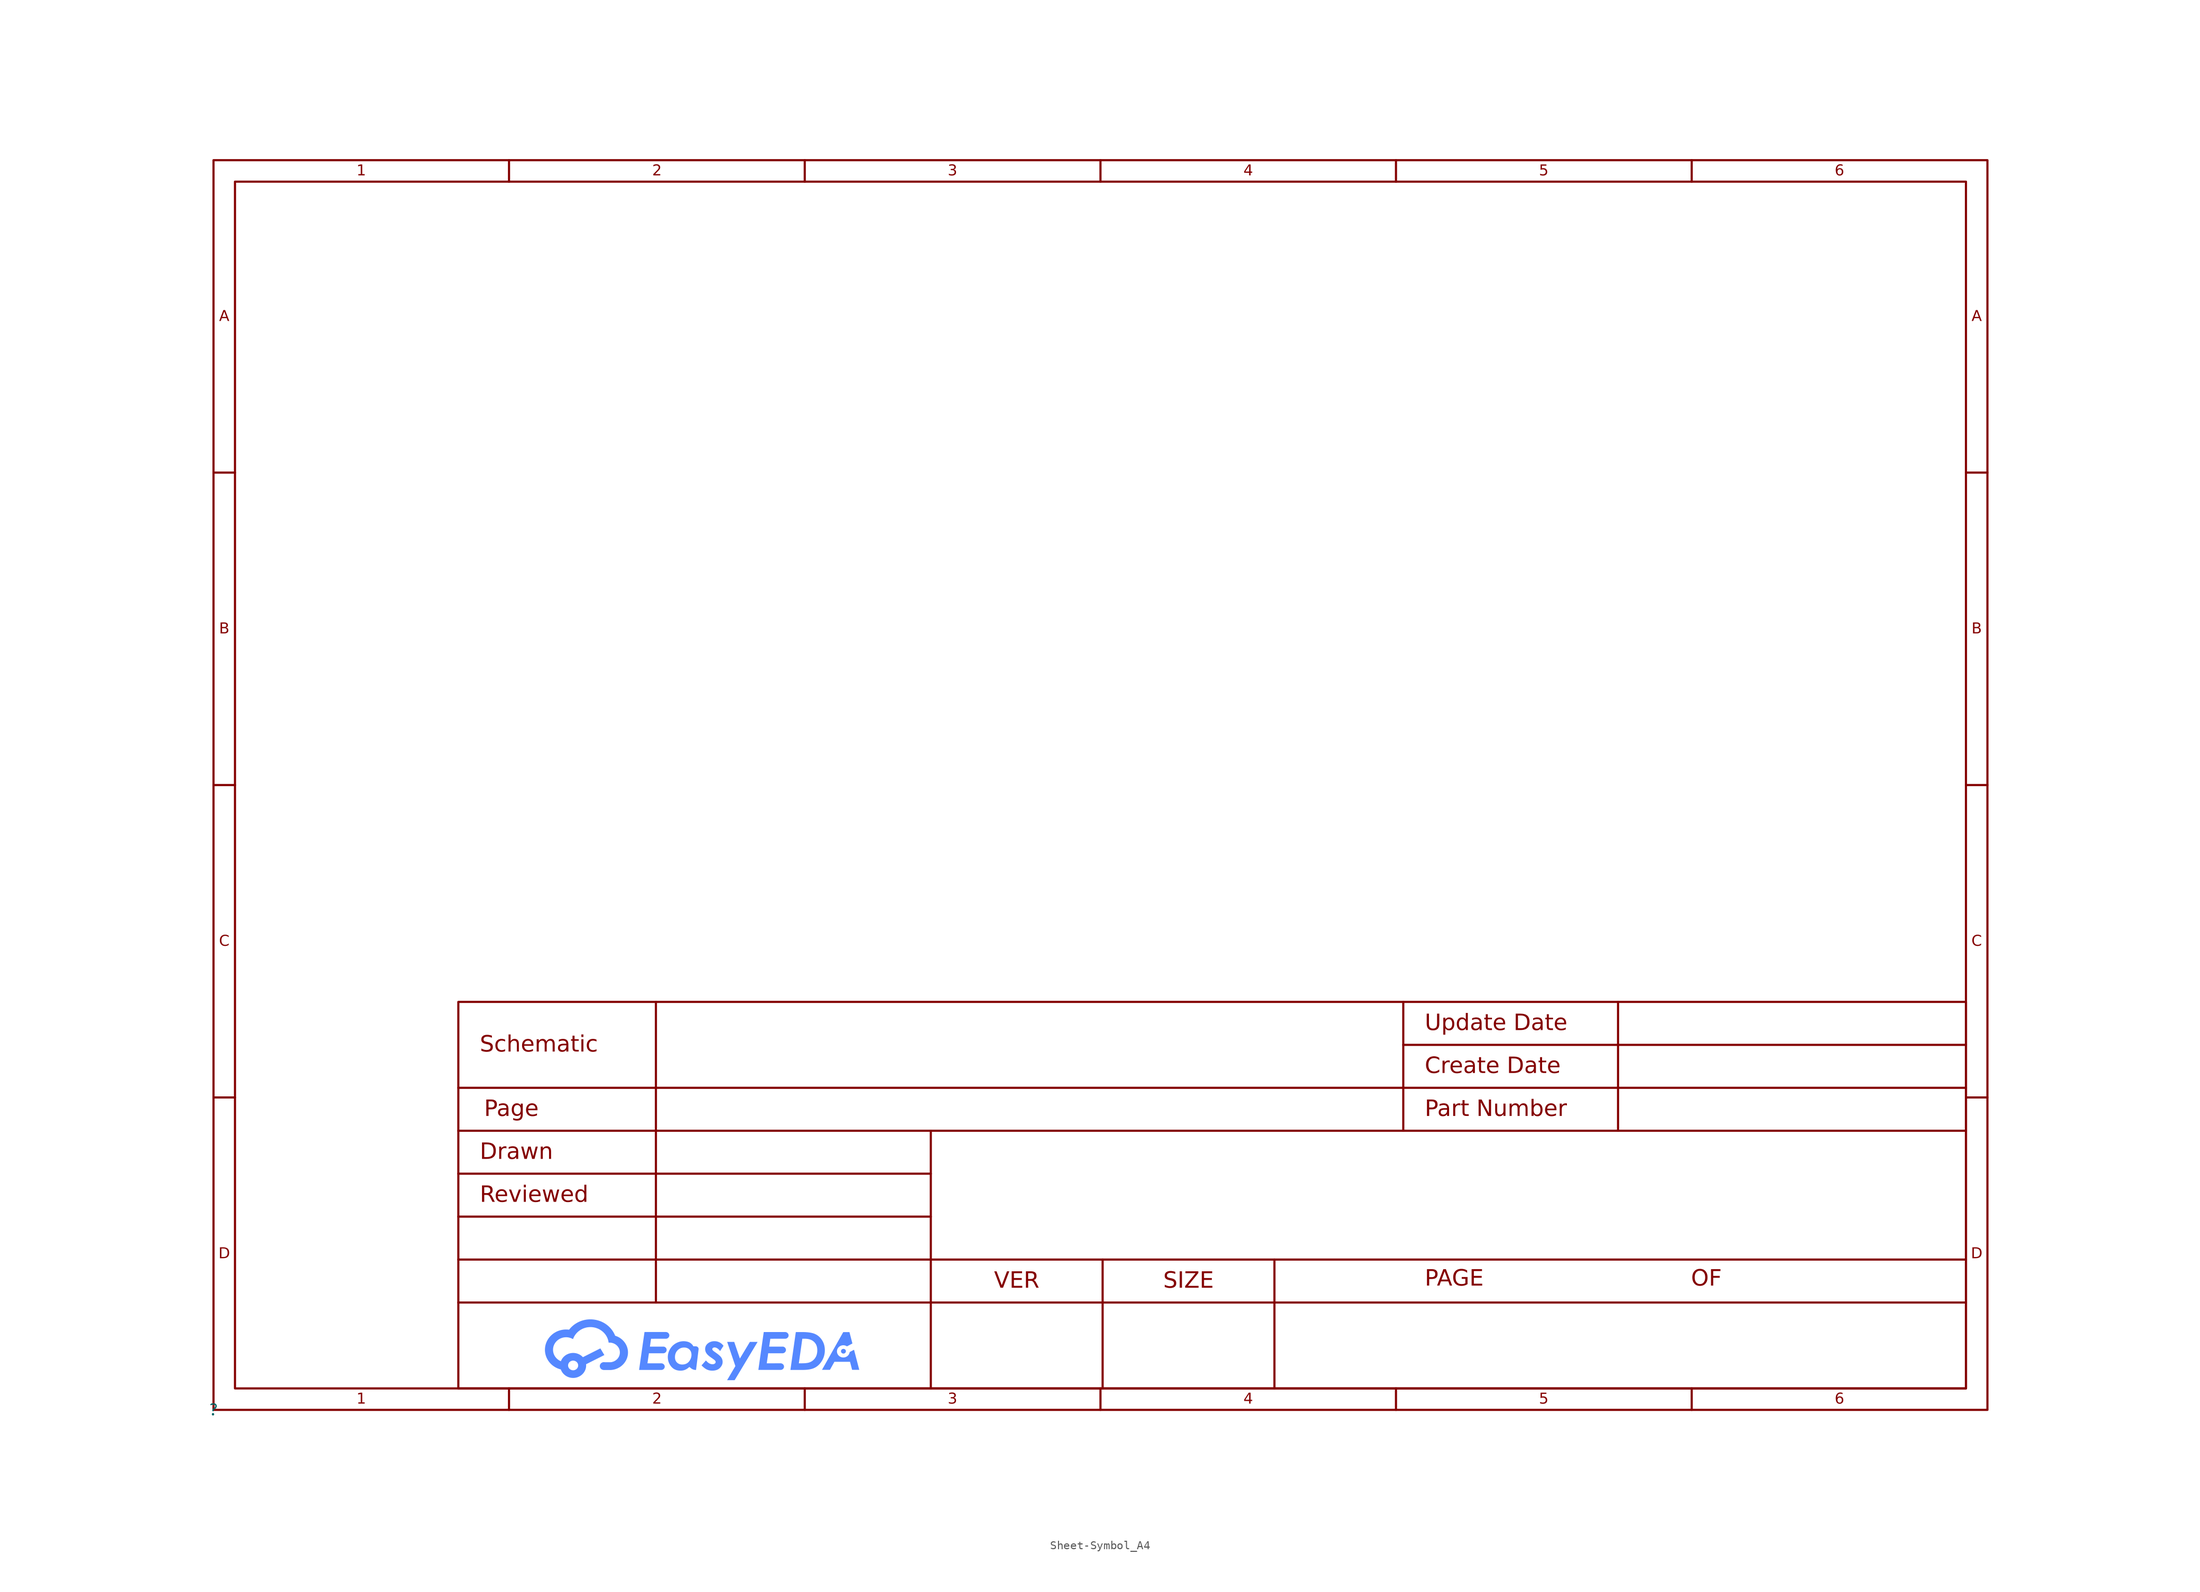
<source format=kicad_sym>
(kicad_symbol_lib
  (version 20231120)
  (generator "kicad_symbol_editor")
  (generator_version "8.0")
  (symbol "Sheet-Symbol_A4"
    (property "Reference" ""
      (at 0 0 0)
      (effects (font (size 1.27 1.27))))
    (property "Value" ""
      (at 0 0 0)
      (effects (font (size 1.27 1.27))))
    (symbol "Sheet-Symbol_A4_0_0"
      (polyline (pts (xy 62.256 6.075) (xy 63.437 8.041) (xy 64.351 8.041) (xy 61.637 3.514) (xy 60.742 3.514) (xy 61.723 5.179) (xy 60.751 8.041) (xy 61.584 8.041) (xy 62.256 6.075)) (stroke (width -0.0001) (type solid)) (fill (type color) (color 85 136 255 1)))
      (polyline (pts (xy 75.563 7.856) (xy 74.919 7.515) (xy 74.896 7.529) (xy 74.872 7.543) (xy 74.848 7.556) (xy 74.823 7.569) (xy 74.798 7.58) (xy 74.772 7.591) (xy 74.745 7.601) (xy 74.719 7.61) (xy 74.691 7.617) (xy 74.663 7.624) (xy 74.635 7.63) (xy 74.606 7.635) (xy 74.578 7.639) (xy 74.548 7.642) (xy 74.519 7.644) (xy 74.489 7.644) (xy 74.45 7.643) (xy 74.412 7.64) (xy 74.374 7.636) (xy 74.337 7.63) (xy 74.3 7.621) (xy 74.264 7.612) (xy 74.23 7.6) (xy 74.195 7.587) (xy 74.162 7.573) (xy 74.129 7.557) (xy 74.098 7.54) (xy 74.067 7.521) (xy 74.038 7.501) (xy 74.009 7.479) (xy 73.982 7.456) (xy 73.956 7.433) (xy 73.931 7.407) (xy 73.907 7.381) (xy 73.885 7.354) (xy 73.864 7.325) (xy 73.844 7.296) (xy 73.826 7.266) (xy 73.809 7.235) (xy 73.794 7.203) (xy 73.781 7.17) (xy 73.769 7.136) (xy 73.759 7.102) (xy 73.75 7.067) (xy 73.744 7.031) (xy 73.739 6.995) (xy 73.736 6.958) (xy 73.735 6.921) (xy 73.736 6.884) (xy 73.739 6.847) (xy 73.744 6.811) (xy 73.75 6.776) (xy 73.759 6.74) (xy 73.769 6.706) (xy 73.781 6.673) (xy 73.794 6.64) (xy 73.809 6.608) (xy 73.826 6.577) (xy 73.844 6.546) (xy 73.864 6.517) (xy 73.885 6.489) (xy 73.907 6.461) (xy 73.931 6.435) (xy 73.956 6.41) (xy 73.982 6.386) (xy 74.009 6.363) (xy 74.038 6.342) (xy 74.067 6.322) (xy 74.098 6.303) (xy 74.129 6.285) (xy 74.162 6.269) (xy 74.195 6.255) (xy 74.23 6.242) (xy 74.264 6.231) (xy 74.3 6.221) (xy 74.337 6.213) (xy 74.374 6.207) (xy 74.412 6.202) (xy 74.45 6.199) (xy 74.489 6.198) (xy 74.525 6.199) (xy 74.56 6.202) (xy 74.595 6.205) (xy 74.63 6.211) (xy 74.664 6.218) (xy 74.698 6.226) (xy 74.73 6.236) (xy 74.763 6.247) (xy 74.794 6.26) (xy 74.825 6.274) (xy 74.855 6.289) (xy 74.884 6.306) (xy 74.912 6.323) (xy 74.94 6.342) (xy 74.966 6.362) (xy 74.992 6.383) (xy 75.017 6.405) (xy 75.04 6.428) (xy 75.063 6.452) (xy 75.084 6.477) (xy 75.104 6.503) (xy 75.123 6.53) (xy 75.141 6.558) (xy 75.157 6.586) (xy 75.172 6.615) (xy 75.186 6.645) (xy 75.198 6.676) (xy 75.209 6.707) (xy 75.219 6.739) (xy 75.226 6.772) (xy 75.233 6.805) (xy 75.237 6.839) (xy 75.756 7.113) (xy 76.375 4.737) (xy 75.528 4.737) (xy 75.282 5.687) (xy 73.435 5.687) (xy 72.905 4.737) (xy 71.965 4.737) (xy 74.477 9.199) (xy 75.214 9.199) (xy 75.563 7.856)) (stroke (width -0.0001) (type solid)) (fill (type color) (color 85 136 255 1)))
      (polyline (pts (xy 74.517 7.218) (xy 74.532 7.216) (xy 74.547 7.215) (xy 74.561 7.212) (xy 74.575 7.209) (xy 74.589 7.205) (xy 74.603 7.201) (xy 74.616 7.196) (xy 74.629 7.191) (xy 74.641 7.184) (xy 74.653 7.178) (xy 74.665 7.17) (xy 74.676 7.163) (xy 74.687 7.154) (xy 74.698 7.146) (xy 74.708 7.136) (xy 74.718 7.127) (xy 74.727 7.117) (xy 74.736 7.106) (xy 74.744 7.095) (xy 74.751 7.084) (xy 74.758 7.072) (xy 74.765 7.06) (xy 74.77 7.048) (xy 74.776 7.035) (xy 74.78 7.022) (xy 74.784 7.009) (xy 74.787 6.995) (xy 74.79 6.981) (xy 74.792 6.968) (xy 74.793 6.953) (xy 74.793 6.939) (xy 74.793 6.925) (xy 74.792 6.911) (xy 74.79 6.897) (xy 74.787 6.883) (xy 74.784 6.869) (xy 74.78 6.856) (xy 74.776 6.843) (xy 74.77 6.83) (xy 74.765 6.818) (xy 74.758 6.806) (xy 74.751 6.795) (xy 74.744 6.783) (xy 74.736 6.772) (xy 74.727 6.762) (xy 74.718 6.752) (xy 74.708 6.742) (xy 74.698 6.733) (xy 74.687 6.724) (xy 74.676 6.716) (xy 74.665 6.708) (xy 74.653 6.701) (xy 74.641 6.694) (xy 74.629 6.688) (xy 74.616 6.682) (xy 74.603 6.677) (xy 74.589 6.673) (xy 74.575 6.669) (xy 74.561 6.666) (xy 74.547 6.663) (xy 74.532 6.662) (xy 74.517 6.66) (xy 74.502 6.66) (xy 74.488 6.66) (xy 74.473 6.662) (xy 74.458 6.663) (xy 74.444 6.666) (xy 74.43 6.669) (xy 74.416 6.673) (xy 74.403 6.677) (xy 74.389 6.682) (xy 74.376 6.688) (xy 74.364 6.694) (xy 74.352 6.701) (xy 74.34 6.708) (xy 74.329 6.716) (xy 74.318 6.724) (xy 74.307 6.733) (xy 74.297 6.742) (xy 74.287 6.752) (xy 74.278 6.762) (xy 74.27 6.772) (xy 74.261 6.783) (xy 74.254 6.795) (xy 74.247 6.806) (xy 74.24 6.818) (xy 74.235 6.83) (xy 74.23 6.843) (xy 74.225 6.856) (xy 74.221 6.869) (xy 74.218 6.883) (xy 74.215 6.897) (xy 74.213 6.911) (xy 74.212 6.925) (xy 74.212 6.939) (xy 74.212 6.953) (xy 74.213 6.968) (xy 74.215 6.981) (xy 74.218 6.995) (xy 74.221 7.009) (xy 74.225 7.022) (xy 74.23 7.035) (xy 74.235 7.048) (xy 74.24 7.06) (xy 74.247 7.072) (xy 74.254 7.084) (xy 74.261 7.095) (xy 74.27 7.106) (xy 74.278 7.117) (xy 74.287 7.127) (xy 74.297 7.136) (xy 74.307 7.146) (xy 74.318 7.154) (xy 74.329 7.163) (xy 74.34 7.17) (xy 74.352 7.178) (xy 74.364 7.184) (xy 74.376 7.191) (xy 74.389 7.196) (xy 74.403 7.201) (xy 74.416 7.205) (xy 74.43 7.209) (xy 74.444 7.212) (xy 74.458 7.215) (xy 74.473 7.216) (xy 74.488 7.218) (xy 74.502 7.218) (xy 74.517 7.218)) (stroke (width -0.0001) (type solid)) (fill (type color) (color 85 136 255 1)))
      (polyline (pts (xy 69.738 9.205) (xy 69.862 9.202) (xy 69.981 9.198) (xy 70.097 9.191) (xy 70.209 9.183) (xy 70.316 9.173) (xy 70.419 9.161) (xy 70.517 9.147) (xy 70.612 9.132) (xy 70.702 9.114) (xy 70.789 9.095) (xy 70.871 9.073) (xy 70.949 9.05) (xy 71.023 9.025) (xy 71.093 8.998) (xy 71.158 8.97) (xy 71.221 8.939) (xy 71.283 8.907) (xy 71.343 8.872) (xy 71.401 8.835) (xy 71.458 8.796) (xy 71.513 8.755) (xy 71.567 8.712) (xy 71.619 8.667) (xy 71.67 8.62) (xy 71.719 8.57) (xy 71.767 8.518) (xy 71.813 8.465) (xy 71.858 8.409) (xy 71.902 8.351) (xy 71.944 8.291) (xy 71.984 8.229) (xy 72.022 8.165) (xy 72.058 8.1) (xy 72.092 8.034) (xy 72.123 7.966) (xy 72.152 7.897) (xy 72.178 7.827) (xy 72.201 7.756) (xy 72.223 7.684) (xy 72.241 7.61) (xy 72.257 7.535) (xy 72.271 7.459) (xy 72.282 7.382) (xy 72.291 7.304) (xy 72.297 7.224) (xy 72.301 7.144) (xy 72.302 7.062) (xy 72.301 6.977) (xy 72.297 6.894) (xy 72.291 6.811) (xy 72.282 6.729) (xy 72.27 6.648) (xy 72.255 6.568) (xy 72.238 6.489) (xy 72.219 6.41) (xy 72.196 6.333) (xy 72.171 6.256) (xy 72.144 6.181) (xy 72.113 6.106) (xy 72.08 6.032) (xy 72.045 5.958) (xy 72.006 5.886) (xy 71.965 5.814) (xy 71.922 5.745) (xy 71.878 5.678) (xy 71.832 5.613) (xy 71.785 5.551) (xy 71.736 5.49) (xy 71.686 5.433) (xy 71.635 5.377) (xy 71.582 5.324) (xy 71.528 5.274) (xy 71.473 5.226) (xy 71.416 5.18) (xy 71.358 5.136) (xy 71.298 5.095) (xy 71.237 5.057) (xy 71.175 5.021) (xy 71.112 4.987) (xy 71.046 4.955) (xy 70.977 4.926) (xy 70.905 4.898) (xy 70.83 4.872) (xy 70.752 4.849) (xy 70.67 4.828) (xy 70.586 4.808) (xy 70.498 4.791) (xy 70.407 4.776) (xy 70.313 4.762) (xy 70.216 4.751) (xy 70.116 4.742) (xy 70.013 4.735) (xy 69.906 4.73) (xy 69.797 4.727) (xy 69.684 4.726) (xy 68.233 4.726) (xy 68.344 5.509) (xy 69.228 5.509) (xy 69.516 5.509) (xy 69.677 5.511) (xy 69.826 5.516) (xy 69.897 5.519) (xy 69.964 5.524) (xy 70.029 5.529) (xy 70.091 5.536) (xy 70.149 5.543) (xy 70.205 5.551) (xy 70.259 5.559) (xy 70.309 5.569) (xy 70.356 5.58) (xy 70.401 5.591) (xy 70.443 5.603) (xy 70.482 5.616) (xy 70.533 5.636) (xy 70.584 5.657) (xy 70.633 5.68) (xy 70.68 5.705) (xy 70.727 5.731) (xy 70.772 5.76) (xy 70.816 5.79) (xy 70.859 5.822) (xy 70.9 5.855) (xy 70.94 5.89) (xy 70.979 5.927) (xy 71.016 5.965) (xy 71.052 6.005) (xy 71.088 6.047) (xy 71.121 6.091) (xy 71.154 6.136) (xy 71.184 6.183) (xy 71.213 6.231) (xy 71.24 6.28) (xy 71.265 6.331) (xy 71.288 6.383) (xy 71.309 6.437) (xy 71.328 6.492) (xy 71.344 6.548) (xy 71.359 6.606) (xy 71.372 6.665) (xy 71.383 6.725) (xy 71.392 6.787) (xy 71.4 6.85) (xy 71.405 6.914) (xy 71.408 6.979) (xy 71.409 7.046) (xy 71.409 7.101) (xy 71.407 7.155) (xy 71.403 7.208) (xy 71.398 7.26) (xy 71.392 7.31) (xy 71.384 7.359) (xy 71.375 7.408) (xy 71.364 7.455) (xy 71.353 7.501) (xy 71.339 7.546) (xy 71.325 7.589) (xy 71.308 7.632) (xy 71.291 7.673) (xy 71.272 7.714) (xy 71.252 7.753) (xy 71.23 7.791) (xy 71.207 7.829) (xy 71.183 7.865) (xy 71.157 7.899) (xy 71.131 7.933) (xy 71.103 7.966) (xy 71.075 7.998) (xy 71.045 8.028) (xy 71.014 8.058) (xy 70.982 8.086) (xy 70.949 8.114) (xy 70.914 8.14) (xy 70.879 8.165) (xy 70.842 8.189) (xy 70.805 8.213) (xy 70.766 8.235) (xy 70.726 8.256) (xy 70.684 8.275) (xy 70.641 8.294) (xy 70.597 8.311) (xy 70.55 8.327) (xy 70.502 8.342) (xy 70.452 8.355) (xy 70.4 8.367) (xy 70.347 8.378) (xy 70.292 8.387) (xy 70.236 8.396) (xy 70.177 8.403) (xy 70.118 8.408) (xy 70.056 8.413) (xy 69.992 8.416) (xy 69.927 8.418) (xy 69.861 8.418) (xy 69.64 8.418) (xy 69.228 5.509) (xy 68.344 5.509) (xy 68.87 9.206) (xy 69.609 9.206) (xy 69.738 9.205)) (stroke (width -0.0001) (type solid)) (fill (type color) (color 85 136 255 1)))
      (polyline (pts (xy 53.517 9.21) (xy 53.538 9.209) (xy 53.558 9.206) (xy 53.579 9.203) (xy 53.599 9.198) (xy 53.618 9.193) (xy 53.638 9.186) (xy 53.656 9.179) (xy 53.675 9.171) (xy 53.692 9.162) (xy 53.71 9.153) (xy 53.727 9.143) (xy 53.743 9.132) (xy 53.758 9.12) (xy 53.773 9.107) (xy 53.788 9.094) (xy 53.802 9.08) (xy 53.815 9.066) (xy 53.827 9.051) (xy 53.839 9.035) (xy 53.849 9.019) (xy 53.859 9.002) (xy 53.868 8.985) (xy 53.877 8.968) (xy 53.884 8.95) (xy 53.891 8.931) (xy 53.896 8.912) (xy 53.901 8.893) (xy 53.905 8.874) (xy 53.907 8.854) (xy 53.909 8.834) (xy 53.909 8.813) (xy 53.909 8.793) (xy 53.907 8.773) (xy 53.905 8.753) (xy 53.901 8.733) (xy 53.896 8.714) (xy 53.891 8.695) (xy 53.884 8.677) (xy 53.877 8.659) (xy 53.868 8.642) (xy 53.859 8.624) (xy 53.849 8.608) (xy 53.839 8.592) (xy 53.827 8.576) (xy 53.815 8.561) (xy 53.802 8.547) (xy 53.788 8.533) (xy 53.773 8.52) (xy 53.758 8.507) (xy 53.743 8.495) (xy 53.727 8.484) (xy 53.71 8.474) (xy 53.692 8.464) (xy 53.675 8.456) (xy 53.656 8.447) (xy 53.638 8.44) (xy 53.618 8.434) (xy 53.599 8.429) (xy 53.579 8.424) (xy 53.558 8.421) (xy 53.538 8.418) (xy 53.517 8.417) (xy 53.495 8.416) (xy 51.749 8.414) (xy 51.614 7.484) (xy 53.251 7.484) (xy 53.269 7.48) (xy 53.287 7.476) (xy 53.305 7.471) (xy 53.322 7.466) (xy 53.339 7.46) (xy 53.355 7.453) (xy 53.372 7.445) (xy 53.387 7.437) (xy 53.403 7.428) (xy 53.417 7.419) (xy 53.432 7.409) (xy 53.446 7.398) (xy 53.459 7.387) (xy 53.472 7.375) (xy 53.484 7.363) (xy 53.496 7.35) (xy 53.507 7.337) (xy 53.518 7.323) (xy 53.528 7.309) (xy 53.537 7.294) (xy 53.545 7.279) (xy 53.553 7.264) (xy 53.561 7.248) (xy 53.567 7.232) (xy 53.573 7.215) (xy 53.578 7.198) (xy 53.582 7.181) (xy 53.586 7.163) (xy 53.588 7.146) (xy 53.59 7.128) (xy 53.591 7.109) (xy 53.591 7.091) (xy 53.59 7.07) (xy 53.589 7.05) (xy 53.586 7.03) (xy 53.582 7.011) (xy 53.578 6.992) (xy 53.572 6.973) (xy 53.566 6.955) (xy 53.558 6.936) (xy 53.55 6.919) (xy 53.541 6.902) (xy 53.531 6.885) (xy 53.52 6.869) (xy 53.508 6.854) (xy 53.496 6.838) (xy 53.483 6.824) (xy 53.469 6.81) (xy 53.455 6.797) (xy 53.44 6.785) (xy 53.424 6.773) (xy 53.408 6.762) (xy 53.391 6.751) (xy 53.374 6.742) (xy 53.356 6.733) (xy 53.338 6.725) (xy 53.319 6.718) (xy 53.3 6.712) (xy 53.28 6.706) (xy 53.26 6.702) (xy 53.24 6.698) (xy 53.219 6.696) (xy 53.198 6.694) (xy 53.177 6.694) (xy 51.495 6.696) (xy 51.323 5.507) (xy 52.956 5.509) (xy 52.977 5.508) (xy 52.998 5.507) (xy 53.018 5.504) (xy 53.038 5.501) (xy 53.058 5.496) (xy 53.077 5.491) (xy 53.096 5.485) (xy 53.115 5.478) (xy 53.133 5.47) (xy 53.151 5.461) (xy 53.168 5.452) (xy 53.184 5.442) (xy 53.201 5.431) (xy 53.216 5.419) (xy 53.231 5.407) (xy 53.245 5.394) (xy 53.259 5.38) (xy 53.272 5.366) (xy 53.284 5.351) (xy 53.295 5.335) (xy 53.306 5.319) (xy 53.316 5.303) (xy 53.325 5.286) (xy 53.333 5.269) (xy 53.34 5.251) (xy 53.347 5.233) (xy 53.352 5.214) (xy 53.357 5.195) (xy 53.361 5.176) (xy 53.363 5.156) (xy 53.365 5.136) (xy 53.365 5.116) (xy 53.365 5.096) (xy 53.363 5.077) (xy 53.361 5.058) (xy 53.357 5.039) (xy 53.353 5.02) (xy 53.347 5.002) (xy 53.341 4.984) (xy 53.334 4.966) (xy 53.326 4.949) (xy 53.317 4.933) (xy 53.307 4.916) (xy 53.297 4.901) (xy 53.286 4.885) (xy 53.274 4.871) (xy 53.261 4.856) (xy 53.248 4.843) (xy 53.234 4.83) (xy 53.22 4.818) (xy 53.205 4.806) (xy 53.189 4.795) (xy 53.173 4.785) (xy 53.156 4.775) (xy 53.139 4.767) (xy 53.121 4.759) (xy 53.103 4.752) (xy 53.084 4.745) (xy 53.065 4.74) (xy 53.046 4.735) (xy 53.026 4.731) (xy 53.006 4.728) (xy 52.986 4.726) (xy 52.965 4.726) (xy 50.333 4.726) (xy 50.974 9.211) (xy 53.495 9.211) (xy 53.517 9.21)) (stroke (width -0.0001) (type solid)) (fill (type color) (color 85 136 255 1)))
      (polyline (pts (xy 67.619 9.208) (xy 67.64 9.206) (xy 67.661 9.204) (xy 67.682 9.2) (xy 67.702 9.196) (xy 67.722 9.19) (xy 67.741 9.184) (xy 67.76 9.177) (xy 67.778 9.169) (xy 67.796 9.16) (xy 67.813 9.151) (xy 67.83 9.14) (xy 67.847 9.129) (xy 67.862 9.118) (xy 67.877 9.105) (xy 67.892 9.092) (xy 67.906 9.078) (xy 67.919 9.064) (xy 67.931 9.049) (xy 67.943 9.034) (xy 67.954 9.017) (xy 67.964 9.001) (xy 67.973 8.984) (xy 67.981 8.966) (xy 67.989 8.948) (xy 67.996 8.93) (xy 68.002 8.912) (xy 68.007 8.893) (xy 68.01 8.873) (xy 68.013 8.854) (xy 68.016 8.834) (xy 68.016 8.813) (xy 68.016 8.793) (xy 68.014 8.773) (xy 68.012 8.753) (xy 68.008 8.733) (xy 68.003 8.714) (xy 67.998 8.695) (xy 67.991 8.677) (xy 67.984 8.659) (xy 67.975 8.642) (xy 67.966 8.624) (xy 67.956 8.608) (xy 67.946 8.592) (xy 67.934 8.576) (xy 67.922 8.561) (xy 67.909 8.547) (xy 67.895 8.533) (xy 67.881 8.52) (xy 67.865 8.507) (xy 67.85 8.495) (xy 67.834 8.484) (xy 67.817 8.474) (xy 67.799 8.464) (xy 67.782 8.456) (xy 67.763 8.447) (xy 67.745 8.44) (xy 67.725 8.434) (xy 67.706 8.429) (xy 67.686 8.424) (xy 67.665 8.421) (xy 67.645 8.418) (xy 67.624 8.417) (xy 67.603 8.416) (xy 65.856 8.414) (xy 65.721 7.484) (xy 67.358 7.484) (xy 67.376 7.48) (xy 67.394 7.476) (xy 67.412 7.471) (xy 67.429 7.466) (xy 67.446 7.46) (xy 67.463 7.453) (xy 67.479 7.445) (xy 67.495 7.437) (xy 67.51 7.428) (xy 67.525 7.419) (xy 67.539 7.409) (xy 67.553 7.398) (xy 67.567 7.387) (xy 67.579 7.375) (xy 67.592 7.363) (xy 67.604 7.35) (xy 67.615 7.337) (xy 67.626 7.323) (xy 67.636 7.309) (xy 67.645 7.295) (xy 67.654 7.28) (xy 67.662 7.264) (xy 67.669 7.249) (xy 67.676 7.232) (xy 67.682 7.216) (xy 67.688 7.199) (xy 67.692 7.182) (xy 67.696 7.165) (xy 67.699 7.147) (xy 67.701 7.129) (xy 67.702 7.111) (xy 67.703 7.093) (xy 67.702 7.073) (xy 67.7 7.053) (xy 67.698 7.033) (xy 67.694 7.013) (xy 67.689 6.994) (xy 67.684 6.975) (xy 67.677 6.957) (xy 67.67 6.939) (xy 67.662 6.921) (xy 67.652 6.904) (xy 67.642 6.887) (xy 67.632 6.871) (xy 67.62 6.856) (xy 67.608 6.841) (xy 67.595 6.826) (xy 67.581 6.812) (xy 67.567 6.799) (xy 67.552 6.787) (xy 67.536 6.775) (xy 67.52 6.764) (xy 67.503 6.753) (xy 67.486 6.744) (xy 67.468 6.735) (xy 67.449 6.727) (xy 67.431 6.72) (xy 67.411 6.714) (xy 67.392 6.708) (xy 67.372 6.704) (xy 67.351 6.7) (xy 67.331 6.698) (xy 67.31 6.696) (xy 67.288 6.696) (xy 65.605 6.698) (xy 65.433 5.509) (xy 67.065 5.511) (xy 67.086 5.511) (xy 67.107 5.509) (xy 67.127 5.506) (xy 67.148 5.503) (xy 67.167 5.499) (xy 67.187 5.493) (xy 67.206 5.487) (xy 67.224 5.48) (xy 67.243 5.472) (xy 67.26 5.463) (xy 67.277 5.454) (xy 67.294 5.444) (xy 67.31 5.433) (xy 67.325 5.421) (xy 67.34 5.409) (xy 67.355 5.396) (xy 67.368 5.382) (xy 67.381 5.368) (xy 67.393 5.353) (xy 67.405 5.338) (xy 67.415 5.322) (xy 67.425 5.305) (xy 67.434 5.288) (xy 67.442 5.271) (xy 67.45 5.253) (xy 67.456 5.235) (xy 67.462 5.216) (xy 67.466 5.197) (xy 67.47 5.178) (xy 67.472 5.158) (xy 67.474 5.138) (xy 67.475 5.118) (xy 67.474 5.098) (xy 67.472 5.079) (xy 67.47 5.06) (xy 67.466 5.041) (xy 67.462 5.022) (xy 67.457 5.004) (xy 67.45 4.986) (xy 67.443 4.968) (xy 67.435 4.951) (xy 67.426 4.935) (xy 67.417 4.918) (xy 67.406 4.903) (xy 67.395 4.888) (xy 67.383 4.873) (xy 67.371 4.859) (xy 67.357 4.845) (xy 67.344 4.832) (xy 67.329 4.82) (xy 67.314 4.808) (xy 67.298 4.797) (xy 67.282 4.787) (xy 67.265 4.778) (xy 67.248 4.769) (xy 67.23 4.761) (xy 67.212 4.754) (xy 67.194 4.747) (xy 67.175 4.742) (xy 67.155 4.737) (xy 67.135 4.733) (xy 67.115 4.731) (xy 67.095 4.729) (xy 67.075 4.728) (xy 64.44 4.728) (xy 65.077 9.208) (xy 67.598 9.208) (xy 67.619 9.208)) (stroke (width -0.0001) (type solid)) (fill (type color) (color 85 136 255 1)))
      (polyline (pts (xy 55.641 8.123) (xy 55.683 8.122) (xy 55.727 8.119) (xy 55.771 8.115) (xy 55.816 8.11) (xy 55.862 8.104) (xy 55.907 8.097) (xy 55.953 8.089) (xy 55.998 8.079) (xy 56.043 8.069) (xy 56.086 8.057) (xy 56.129 8.045) (xy 56.17 8.031) (xy 56.209 8.016) (xy 56.246 8) (xy 56.282 7.983) (xy 56.315 7.965) (xy 56.347 7.946) (xy 56.379 7.926) (xy 56.41 7.905) (xy 56.441 7.883) (xy 56.47 7.86) (xy 56.499 7.836) (xy 56.527 7.811) (xy 56.555 7.785) (xy 56.582 7.757) (xy 56.608 7.729) (xy 56.633 7.7) (xy 56.658 7.67) (xy 56.682 7.638) (xy 56.705 7.606) (xy 56.728 7.573) (xy 56.758 7.519) (xy 57.049 7.519) (xy 57.066 7.519) (xy 57.082 7.517) (xy 57.098 7.515) (xy 57.114 7.512) (xy 57.13 7.509) (xy 57.145 7.504) (xy 57.16 7.499) (xy 57.175 7.494) (xy 57.189 7.487) (xy 57.203 7.48) (xy 57.217 7.473) (xy 57.23 7.465) (xy 57.243 7.456) (xy 57.255 7.447) (xy 57.267 7.437) (xy 57.278 7.427) (xy 57.288 7.416) (xy 57.299 7.404) (xy 57.308 7.393) (xy 57.317 7.381) (xy 57.325 7.368) (xy 57.333 7.355) (xy 57.34 7.342) (xy 57.347 7.328) (xy 57.353 7.314) (xy 57.358 7.299) (xy 57.362 7.285) (xy 57.366 7.269) (xy 57.368 7.254) (xy 57.37 7.239) (xy 57.372 7.223) (xy 57.372 7.207) (xy 57.377 7.207) (xy 57.081 4.822) (xy 57.07 4.726) (xy 56.986 4.726) (xy 56.952 4.728) (xy 56.919 4.732) (xy 56.886 4.737) (xy 56.853 4.744) (xy 56.821 4.751) (xy 56.789 4.76) (xy 56.758 4.77) (xy 56.727 4.78) (xy 56.697 4.793) (xy 56.667 4.806) (xy 56.638 4.819) (xy 56.609 4.835) (xy 56.582 4.851) (xy 56.554 4.867) (xy 56.528 4.885) (xy 56.502 4.904) (xy 56.5 4.906) (xy 56.492 4.911) (xy 56.467 4.931) (xy 56.392 4.992) (xy 56.284 5.083) (xy 56.249 5.052) (xy 56.215 5.023) (xy 56.182 4.995) (xy 56.148 4.968) (xy 56.115 4.943) (xy 56.082 4.918) (xy 56.049 4.895) (xy 56.017 4.873) (xy 55.985 4.852) (xy 55.953 4.833) (xy 55.921 4.814) (xy 55.89 4.797) (xy 55.859 4.781) (xy 55.828 4.766) (xy 55.798 4.752) (xy 55.767 4.739) (xy 55.737 4.727) (xy 55.706 4.715) (xy 55.675 4.705) (xy 55.644 4.695) (xy 55.612 4.686) (xy 55.579 4.678) (xy 55.546 4.671) (xy 55.513 4.665) (xy 55.479 4.659) (xy 55.444 4.654) (xy 55.409 4.65) (xy 55.374 4.647) (xy 55.338 4.644) (xy 55.302 4.642) (xy 55.265 4.641) (xy 55.228 4.641) (xy 55.143 4.643) (xy 55.061 4.648) (xy 54.98 4.658) (xy 54.902 4.671) (xy 54.826 4.688) (xy 54.752 4.709) (xy 54.68 4.733) (xy 54.611 4.762) (xy 54.544 4.794) (xy 54.479 4.83) (xy 54.416 4.869) (xy 54.355 4.913) (xy 54.297 4.96) (xy 54.241 5.011) (xy 54.187 5.066) (xy 54.135 5.125) (xy 54.086 5.186) (xy 54.04 5.249) (xy 53.998 5.312) (xy 53.958 5.377) (xy 53.922 5.443) (xy 53.888 5.511) (xy 53.858 5.579) (xy 53.831 5.649) (xy 53.808 5.72) (xy 53.787 5.792) (xy 53.77 5.866) (xy 53.756 5.941) (xy 53.745 6.016) (xy 53.737 6.094) (xy 53.732 6.172) (xy 53.731 6.232) (xy 54.577 6.232) (xy 54.578 6.184) (xy 54.581 6.137) (xy 54.585 6.091) (xy 54.592 6.047) (xy 54.6 6.003) (xy 54.61 5.961) (xy 54.622 5.92) (xy 54.636 5.881) (xy 54.652 5.842) (xy 54.67 5.804) (xy 54.69 5.768) (xy 54.711 5.733) (xy 54.735 5.699) (xy 54.76 5.667) (xy 54.787 5.635) (xy 54.816 5.605) (xy 54.847 5.576) (xy 54.879 5.548) (xy 54.911 5.523) (xy 54.945 5.5) (xy 54.98 5.478) (xy 55.016 5.459) (xy 55.053 5.441) (xy 55.09 5.425) (xy 55.13 5.411) (xy 55.17 5.399) (xy 55.211 5.389) (xy 55.253 5.381) (xy 55.296 5.374) (xy 55.341 5.37) (xy 55.386 5.367) (xy 55.433 5.366) (xy 55.472 5.367) (xy 55.51 5.368) (xy 55.547 5.371) (xy 55.584 5.374) (xy 55.621 5.379) (xy 55.657 5.385) (xy 55.691 5.392) (xy 55.726 5.399) (xy 55.76 5.408) (xy 55.793 5.418) (xy 55.825 5.429) (xy 55.858 5.441) (xy 55.889 5.454) (xy 55.919 5.468) (xy 55.95 5.484) (xy 55.979 5.5) (xy 56.008 5.517) (xy 56.036 5.536) (xy 56.064 5.556) (xy 56.091 5.576) (xy 56.118 5.598) (xy 56.144 5.622) (xy 56.169 5.646) (xy 56.194 5.672) (xy 56.218 5.699) (xy 56.241 5.727) (xy 56.264 5.756) (xy 56.287 5.786) (xy 56.308 5.818) (xy 56.329 5.851) (xy 56.35 5.884) (xy 56.37 5.919) (xy 56.389 5.955) (xy 56.407 5.991) (xy 56.423 6.027) (xy 56.439 6.063) (xy 56.453 6.099) (xy 56.466 6.135) (xy 56.478 6.172) (xy 56.488 6.208) (xy 56.498 6.245) (xy 56.506 6.282) (xy 56.512 6.319) (xy 56.518 6.356) (xy 56.522 6.393) (xy 56.526 6.43) (xy 56.527 6.467) (xy 56.528 6.504) (xy 56.527 6.553) (xy 56.524 6.6) (xy 56.52 6.646) (xy 56.513 6.691) (xy 56.505 6.735) (xy 56.495 6.778) (xy 56.483 6.819) (xy 56.469 6.859) (xy 56.453 6.898) (xy 56.435 6.936) (xy 56.416 6.973) (xy 56.395 7.008) (xy 56.371 7.042) (xy 56.346 7.075) (xy 56.319 7.107) (xy 56.291 7.138) (xy 56.261 7.166) (xy 56.229 7.193) (xy 56.197 7.218) (xy 56.163 7.242) (xy 56.128 7.263) (xy 56.091 7.283) (xy 56.054 7.301) (xy 56.015 7.316) (xy 55.975 7.33) (xy 55.934 7.343) (xy 55.892 7.353) (xy 55.849 7.361) (xy 55.804 7.368) (xy 55.758 7.373) (xy 55.711 7.375) (xy 55.663 7.376) (xy 55.607 7.375) (xy 55.552 7.372) (xy 55.498 7.365) (xy 55.445 7.357) (xy 55.393 7.346) (xy 55.342 7.332) (xy 55.293 7.316) (xy 55.244 7.297) (xy 55.197 7.276) (xy 55.15 7.252) (xy 55.105 7.226) (xy 55.06 7.198) (xy 55.017 7.166) (xy 54.975 7.133) (xy 54.933 7.096) (xy 54.893 7.057) (xy 54.855 7.016) (xy 54.819 6.974) (xy 54.785 6.931) (xy 54.754 6.885) (xy 54.726 6.839) (xy 54.7 6.791) (xy 54.677 6.741) (xy 54.656 6.691) (xy 54.637 6.638) (xy 54.621 6.585) (xy 54.608 6.529) (xy 54.596 6.473) (xy 54.588 6.415) (xy 54.582 6.355) (xy 54.578 6.294) (xy 54.577 6.232) (xy 53.731 6.232) (xy 53.73 6.252) (xy 53.731 6.313) (xy 53.734 6.373) (xy 53.74 6.434) (xy 53.747 6.494) (xy 53.756 6.553) (xy 53.767 6.612) (xy 53.781 6.671) (xy 53.796 6.73) (xy 53.813 6.788) (xy 53.833 6.846) (xy 53.854 6.903) (xy 53.877 6.96) (xy 53.903 7.017) (xy 53.93 7.073) (xy 53.959 7.129) (xy 53.991 7.184) (xy 54.024 7.239) (xy 54.058 7.293) (xy 54.094 7.344) (xy 54.131 7.395) (xy 54.17 7.443) (xy 54.21 7.49) (xy 54.251 7.536) (xy 54.294 7.58) (xy 54.338 7.622) (xy 54.384 7.663) (xy 54.431 7.702) (xy 54.479 7.74) (xy 54.529 7.777) (xy 54.58 7.811) (xy 54.632 7.845) (xy 54.686 7.876) (xy 54.741 7.906) (xy 54.796 7.934) (xy 54.851 7.96) (xy 54.907 7.985) (xy 54.963 8.007) (xy 55.019 8.027) (xy 55.076 8.046) (xy 55.133 8.062) (xy 55.19 8.076) (xy 55.248 8.089) (xy 55.306 8.1) (xy 55.364 8.108) (xy 55.422 8.115) (xy 55.481 8.12) (xy 55.541 8.123) (xy 55.6 8.124) (xy 55.641 8.123)) (stroke (width -0.0001) (type solid)) (fill (type color) (color 85 136 255 1)))
      (polyline (pts (xy 59.288 8.126) (xy 59.327 8.124) (xy 59.366 8.121) (xy 59.404 8.117) (xy 59.442 8.112) (xy 59.48 8.106) (xy 59.518 8.099) (xy 59.556 8.091) (xy 59.593 8.081) (xy 59.63 8.071) (xy 59.667 8.059) (xy 59.703 8.046) (xy 59.739 8.032) (xy 59.776 8.017) (xy 59.811 8.001) (xy 59.847 7.983) (xy 59.882 7.965) (xy 59.916 7.946) (xy 59.949 7.925) (xy 59.982 7.904) (xy 60.014 7.882) (xy 60.045 7.859) (xy 60.075 7.835) (xy 60.105 7.81) (xy 60.134 7.784) (xy 60.162 7.757) (xy 60.19 7.729) (xy 60.217 7.701) (xy 60.243 7.671) (xy 60.268 7.641) (xy 60.292 7.609) (xy 60.316 7.577) (xy 59.912 6.955) (xy 59.892 6.982) (xy 59.872 7.009) (xy 59.852 7.035) (xy 59.832 7.059) (xy 59.812 7.083) (xy 59.792 7.106) (xy 59.772 7.128) (xy 59.751 7.149) (xy 59.731 7.169) (xy 59.71 7.188) (xy 59.689 7.206) (xy 59.668 7.223) (xy 59.648 7.24) (xy 59.626 7.255) (xy 59.605 7.269) (xy 59.584 7.283) (xy 59.563 7.295) (xy 59.541 7.307) (xy 59.52 7.318) (xy 59.5 7.328) (xy 59.479 7.338) (xy 59.459 7.346) (xy 59.438 7.354) (xy 59.418 7.361) (xy 59.398 7.367) (xy 59.378 7.373) (xy 59.359 7.377) (xy 59.339 7.381) (xy 59.32 7.384) (xy 59.301 7.386) (xy 59.282 7.387) (xy 59.263 7.388) (xy 59.249 7.387) (xy 59.235 7.387) (xy 59.222 7.386) (xy 59.209 7.384) (xy 59.196 7.382) (xy 59.183 7.379) (xy 59.171 7.376) (xy 59.159 7.372) (xy 59.147 7.369) (xy 59.135 7.364) (xy 59.123 7.359) (xy 59.112 7.354) (xy 59.101 7.348) (xy 59.09 7.341) (xy 59.08 7.335) (xy 59.07 7.327) (xy 59.06 7.32) (xy 59.051 7.312) (xy 59.042 7.304) (xy 59.035 7.296) (xy 59.027 7.288) (xy 59.021 7.28) (xy 59.015 7.272) (xy 59.009 7.263) (xy 59.005 7.255) (xy 59.001 7.246) (xy 58.997 7.237) (xy 58.995 7.229) (xy 58.993 7.219) (xy 58.991 7.21) (xy 58.991 7.201) (xy 58.991 7.191) (xy 58.991 7.182) (xy 58.992 7.173) (xy 58.993 7.164) (xy 58.995 7.154) (xy 58.997 7.145) (xy 59 7.136) (xy 59.003 7.127) (xy 59.007 7.118) (xy 59.011 7.108) (xy 59.015 7.099) (xy 59.02 7.09) (xy 59.026 7.081) (xy 59.032 7.072) (xy 59.039 7.062) (xy 59.046 7.053) (xy 59.054 7.044) (xy 59.062 7.034) (xy 59.072 7.023) (xy 59.099 6.999) (xy 59.133 6.97) (xy 59.174 6.937) (xy 59.224 6.899) (xy 59.281 6.857) (xy 59.346 6.811) (xy 59.419 6.761) (xy 59.478 6.719) (xy 59.536 6.678) (xy 59.59 6.638) (xy 59.642 6.599) (xy 59.691 6.561) (xy 59.738 6.523) (xy 59.782 6.486) (xy 59.823 6.45) (xy 59.862 6.414) (xy 59.898 6.379) (xy 59.932 6.345) (xy 59.963 6.312) (xy 59.991 6.28) (xy 60.017 6.248) (xy 60.04 6.217) (xy 60.061 6.187) (xy 60.079 6.157) (xy 60.097 6.126) (xy 60.113 6.096) (xy 60.128 6.064) (xy 60.142 6.033) (xy 60.154 6.001) (xy 60.166 5.97) (xy 60.176 5.937) (xy 60.185 5.905) (xy 60.193 5.872) (xy 60.199 5.838) (xy 60.205 5.805) (xy 60.209 5.771) (xy 60.212 5.737) (xy 60.214 5.702) (xy 60.214 5.667) (xy 60.213 5.621) (xy 60.209 5.576) (xy 60.203 5.53) (xy 60.194 5.485) (xy 60.183 5.441) (xy 60.17 5.396) (xy 60.154 5.352) (xy 60.135 5.308) (xy 60.114 5.264) (xy 60.091 5.221) (xy 60.065 5.178) (xy 60.036 5.136) (xy 60.006 5.093) (xy 59.972 5.051) (xy 59.936 5.01) (xy 59.898 4.969) (xy 59.857 4.929) (xy 59.814 4.892) (xy 59.769 4.857) (xy 59.722 4.825) (xy 59.672 4.796) (xy 59.62 4.769) (xy 59.566 4.745) (xy 59.51 4.723) (xy 59.452 4.704) (xy 59.391 4.687) (xy 59.329 4.673) (xy 59.264 4.661) (xy 59.197 4.652) (xy 59.127 4.646) (xy 59.055 4.642) (xy 58.981 4.641) (xy 58.939 4.641) (xy 58.896 4.643) (xy 58.854 4.646) (xy 58.812 4.649) (xy 58.771 4.654) (xy 58.731 4.66) (xy 58.69 4.666) (xy 58.651 4.674) (xy 58.611 4.683) (xy 58.573 4.693) (xy 58.535 4.704) (xy 58.497 4.716) (xy 58.46 4.729) (xy 58.423 4.743) (xy 58.387 4.758) (xy 58.351 4.775) (xy 58.316 4.792) (xy 58.28 4.812) (xy 58.243 4.833) (xy 58.206 4.856) (xy 58.168 4.88) (xy 58.13 4.907) (xy 58.091 4.935) (xy 58.052 4.965) (xy 58.012 4.997) (xy 57.971 5.03) (xy 57.931 5.065) (xy 57.889 5.102) (xy 57.847 5.14) (xy 57.805 5.18) (xy 57.719 5.266) (xy 58.242 5.85) (xy 58.287 5.795) (xy 58.332 5.744) (xy 58.378 5.697) (xy 58.424 5.653) (xy 58.471 5.612) (xy 58.519 5.575) (xy 58.566 5.542) (xy 58.615 5.512) (xy 58.664 5.486) (xy 58.713 5.463) (xy 58.763 5.443) (xy 58.814 5.428) (xy 58.865 5.415) (xy 58.916 5.407) (xy 58.968 5.401) (xy 59.021 5.399) (xy 59.042 5.4) (xy 59.062 5.401) (xy 59.081 5.402) (xy 59.1 5.404) (xy 59.119 5.407) (xy 59.137 5.411) (xy 59.154 5.415) (xy 59.171 5.419) (xy 59.188 5.425) (xy 59.204 5.43) (xy 59.219 5.437) (xy 59.234 5.444) (xy 59.248 5.451) (xy 59.262 5.46) (xy 59.276 5.468) (xy 59.288 5.478) (xy 59.301 5.488) (xy 59.312 5.498) (xy 59.323 5.508) (xy 59.333 5.519) (xy 59.342 5.53) (xy 59.35 5.541) (xy 59.357 5.552) (xy 59.364 5.564) (xy 59.37 5.575) (xy 59.375 5.587) (xy 59.379 5.599) (xy 59.382 5.611) (xy 59.385 5.624) (xy 59.387 5.636) (xy 59.388 5.649) (xy 59.389 5.663) (xy 59.388 5.674) (xy 59.387 5.684) (xy 59.386 5.695) (xy 59.384 5.706) (xy 59.381 5.717) (xy 59.378 5.728) (xy 59.374 5.739) (xy 59.369 5.75) (xy 59.364 5.761) (xy 59.358 5.772) (xy 59.352 5.783) (xy 59.345 5.794) (xy 59.338 5.805) (xy 59.33 5.816) (xy 59.321 5.828) (xy 59.312 5.839) (xy 59.301 5.851) (xy 59.288 5.864) (xy 59.257 5.893) (xy 59.217 5.927) (xy 59.169 5.965) (xy 59.113 6.007) (xy 59.048 6.054) (xy 58.976 6.105) (xy 58.895 6.16) (xy 58.848 6.194) (xy 58.801 6.226) (xy 58.757 6.258) (xy 58.715 6.29) (xy 58.675 6.32) (xy 58.636 6.351) (xy 58.599 6.38) (xy 58.564 6.409) (xy 58.531 6.438) (xy 58.5 6.466) (xy 58.471 6.493) (xy 58.444 6.52) (xy 58.418 6.546) (xy 58.395 6.571) (xy 58.373 6.596) (xy 58.354 6.62) (xy 58.328 6.654) (xy 58.305 6.687) (xy 58.282 6.722) (xy 58.262 6.756) (xy 58.243 6.79) (xy 58.226 6.825) (xy 58.211 6.861) (xy 58.197 6.896) (xy 58.184 6.931) (xy 58.174 6.967) (xy 58.165 7.003) (xy 58.157 7.04) (xy 58.152 7.076) (xy 58.148 7.113) (xy 58.145 7.15) (xy 58.144 7.187) (xy 58.146 7.238) (xy 58.149 7.288) (xy 58.156 7.337) (xy 58.165 7.385) (xy 58.176 7.432) (xy 58.19 7.477) (xy 58.207 7.521) (xy 58.226 7.564) (xy 58.248 7.606) (xy 58.272 7.647) (xy 58.299 7.686) (xy 58.329 7.725) (xy 58.361 7.762) (xy 58.395 7.797) (xy 58.432 7.832) (xy 58.472 7.865) (xy 58.514 7.897) (xy 58.556 7.926) (xy 58.6 7.954) (xy 58.644 7.979) (xy 58.689 8.003) (xy 58.736 8.024) (xy 58.783 8.043) (xy 58.831 8.061) (xy 58.88 8.076) (xy 58.93 8.089) (xy 58.981 8.101) (xy 59.033 8.11) (xy 59.086 8.117) (xy 59.139 8.122) (xy 59.194 8.125) (xy 59.249 8.126) (xy 59.288 8.126)) (stroke (width -0.0001) (type solid)) (fill (type color) (color 85 136 255 1)))
      (polyline (pts (xy 44.722 10.707) (xy 44.865 10.697) (xy 45.008 10.681) (xy 45.15 10.659) (xy 45.29 10.631) (xy 45.428 10.597) (xy 45.564 10.557) (xy 45.698 10.511) (xy 45.83 10.459) (xy 45.959 10.402) (xy 46.086 10.338) (xy 46.209 10.27) (xy 46.33 10.195) (xy 46.447 10.116) (xy 46.56 10.03) (xy 46.67 9.94) (xy 46.739 9.879) (xy 46.806 9.815) (xy 46.871 9.75) (xy 46.933 9.684) (xy 46.994 9.616) (xy 47.052 9.546) (xy 47.108 9.475) (xy 47.161 9.402) (xy 47.212 9.328) (xy 47.261 9.252) (xy 47.307 9.175) (xy 47.351 9.097) (xy 47.393 9.018) (xy 47.432 8.938) (xy 47.468 8.856) (xy 47.502 8.773) (xy 47.664 8.717) (xy 47.82 8.65) (xy 47.969 8.571) (xy 48.111 8.482) (xy 48.244 8.383) (xy 48.369 8.274) (xy 48.485 8.156) (xy 48.591 8.03) (xy 48.687 7.897) (xy 48.772 7.756) (xy 48.846 7.609) (xy 48.907 7.456) (xy 48.956 7.297) (xy 48.992 7.133) (xy 49.005 7.05) (xy 49.014 6.966) (xy 49.019 6.88) (xy 49.021 6.794) (xy 49.019 6.696) (xy 49.011 6.599) (xy 49 6.502) (xy 48.983 6.407) (xy 48.962 6.312) (xy 48.937 6.219) (xy 48.907 6.127) (xy 48.872 6.037) (xy 48.834 5.948) (xy 48.791 5.861) (xy 48.744 5.776) (xy 48.692 5.693) (xy 48.637 5.612) (xy 48.577 5.534) (xy 48.514 5.457) (xy 48.447 5.384) (xy 48.376 5.314) (xy 48.303 5.247) (xy 48.227 5.184) (xy 48.148 5.125) (xy 48.066 5.069) (xy 47.982 5.017) (xy 47.896 4.969) (xy 47.808 4.925) (xy 47.717 4.885) (xy 47.625 4.849) (xy 47.531 4.817) (xy 47.435 4.79) (xy 47.338 4.766) (xy 47.24 4.747) (xy 47.14 4.732) (xy 47.04 4.721) (xy 46.998 4.717) (xy 46.13 4.717) (xy 46.13 4.721) (xy 46.107 4.723) (xy 46.084 4.727) (xy 46.062 4.731) (xy 46.04 4.737) (xy 46.018 4.743) (xy 45.997 4.75) (xy 45.976 4.758) (xy 45.956 4.768) (xy 45.936 4.777) (xy 45.917 4.788) (xy 45.898 4.8) (xy 45.88 4.812) (xy 45.863 4.825) (xy 45.846 4.839) (xy 45.83 4.853) (xy 45.815 4.868) (xy 45.8 4.884) (xy 45.786 4.901) (xy 45.773 4.918) (xy 45.761 4.935) (xy 45.75 4.954) (xy 45.739 4.972) (xy 45.729 4.991) (xy 45.721 5.011) (xy 45.713 5.031) (xy 45.706 5.052) (xy 45.7 5.073) (xy 45.695 5.094) (xy 45.691 5.116) (xy 45.688 5.138) (xy 45.687 5.16) (xy 45.686 5.183) (xy 45.687 5.207) (xy 45.689 5.231) (xy 45.692 5.254) (xy 45.696 5.277) (xy 45.701 5.299) (xy 45.708 5.321) (xy 45.715 5.343) (xy 45.724 5.364) (xy 45.734 5.384) (xy 45.744 5.404) (xy 45.756 5.424) (xy 45.769 5.443) (xy 45.782 5.461) (xy 45.797 5.478) (xy 45.812 5.495) (xy 45.828 5.511) (xy 45.844 5.527) (xy 45.862 5.541) (xy 45.88 5.555) (xy 45.899 5.568) (xy 45.919 5.58) (xy 45.939 5.591) (xy 45.96 5.601) (xy 45.981 5.611) (xy 46.003 5.619) (xy 46.026 5.626) (xy 46.049 5.633) (xy 46.072 5.638) (xy 46.096 5.642) (xy 46.12 5.645) (xy 46.145 5.646) (xy 46.17 5.647) (xy 46.182 5.647) (xy 46.194 5.647) (xy 46.206 5.646) (xy 46.218 5.645) (xy 46.23 5.644) (xy 46.242 5.642) (xy 46.254 5.641) (xy 46.265 5.638) (xy 46.956 5.638) (xy 47.014 5.644) (xy 47.07 5.653) (xy 47.126 5.664) (xy 47.181 5.678) (xy 47.235 5.694) (xy 47.288 5.712) (xy 47.339 5.732) (xy 47.389 5.755) (xy 47.438 5.78) (xy 47.486 5.807) (xy 47.532 5.836) (xy 47.577 5.866) (xy 47.62 5.899) (xy 47.662 5.934) (xy 47.702 5.97) (xy 47.74 6.008) (xy 47.776 6.047) (xy 47.811 6.088) (xy 47.844 6.131) (xy 47.874 6.175) (xy 47.903 6.221) (xy 47.929 6.267) (xy 47.953 6.315) (xy 47.975 6.365) (xy 47.994 6.415) (xy 48.012 6.466) (xy 48.026 6.519) (xy 48.038 6.572) (xy 48.048 6.627) (xy 48.055 6.682) (xy 48.059 6.737) (xy 48.06 6.794) (xy 48.059 6.854) (xy 48.054 6.913) (xy 48.047 6.971) (xy 48.036 7.028) (xy 48.022 7.084) (xy 48.006 7.139) (xy 47.987 7.193) (xy 47.965 7.245) (xy 47.941 7.297) (xy 47.914 7.347) (xy 47.885 7.396) (xy 47.854 7.443) (xy 47.82 7.488) (xy 47.784 7.532) (xy 47.746 7.574) (xy 47.706 7.614) (xy 47.664 7.653) (xy 47.62 7.689) (xy 47.575 7.724) (xy 47.527 7.756) (xy 47.478 7.786) (xy 47.427 7.814) (xy 47.375 7.84) (xy 47.322 7.863) (xy 47.267 7.884) (xy 47.211 7.902) (xy 47.153 7.918) (xy 47.095 7.931) (xy 47.035 7.941) (xy 46.975 7.948) (xy 46.913 7.953) (xy 46.851 7.954) (xy 46.836 7.954) (xy 46.822 7.954) (xy 46.807 7.953) (xy 46.792 7.953) (xy 46.777 7.952) (xy 46.762 7.951) (xy 46.747 7.949) (xy 46.733 7.948) (xy 46.719 8.044) (xy 46.7 8.139) (xy 46.678 8.233) (xy 46.65 8.325) (xy 46.619 8.415) (xy 46.584 8.503) (xy 46.544 8.589) (xy 46.501 8.674) (xy 46.454 8.756) (xy 46.403 8.835) (xy 46.349 8.913) (xy 46.291 8.988) (xy 46.23 9.06) (xy 46.165 9.129) (xy 46.098 9.196) (xy 46.027 9.259) (xy 45.954 9.32) (xy 45.877 9.377) (xy 45.798 9.432) (xy 45.717 9.483) (xy 45.633 9.53) (xy 45.547 9.574) (xy 45.458 9.614) (xy 45.367 9.65) (xy 45.274 9.683) (xy 45.18 9.712) (xy 45.083 9.736) (xy 44.985 9.756) (xy 44.885 9.772) (xy 44.784 9.784) (xy 44.681 9.791) (xy 44.577 9.793) (xy 44.487 9.791) (xy 44.399 9.786) (xy 44.311 9.777) (xy 44.225 9.766) (xy 44.14 9.751) (xy 44.056 9.732) (xy 43.973 9.711) (xy 43.891 9.687) (xy 43.811 9.659) (xy 43.733 9.629) (xy 43.655 9.596) (xy 43.58 9.56) (xy 43.506 9.522) (xy 43.434 9.48) (xy 43.364 9.437) (xy 43.296 9.39) (xy 43.229 9.342) (xy 43.165 9.291) (xy 43.103 9.238) (xy 43.043 9.182) (xy 42.985 9.124) (xy 42.93 9.065) (xy 42.877 9.003) (xy 42.826 8.939) (xy 42.778 8.873) (xy 42.733 8.806) (xy 42.69 8.737) (xy 42.65 8.666) (xy 42.613 8.594) (xy 42.578 8.52) (xy 42.547 8.444) (xy 42.519 8.367) (xy 42.474 8.393) (xy 42.428 8.418) (xy 42.381 8.441) (xy 42.333 8.463) (xy 42.284 8.483) (xy 42.234 8.501) (xy 42.184 8.518) (xy 42.133 8.533) (xy 42.081 8.547) (xy 42.028 8.559) (xy 41.975 8.569) (xy 41.921 8.577) (xy 41.867 8.584) (xy 41.812 8.589) (xy 41.756 8.591) (xy 41.7 8.592) (xy 41.62 8.591) (xy 41.542 8.585) (xy 41.465 8.575) (xy 41.389 8.562) (xy 41.314 8.546) (xy 41.241 8.526) (xy 41.169 8.502) (xy 41.099 8.476) (xy 41.03 8.446) (xy 40.964 8.413) (xy 40.899 8.378) (xy 40.836 8.339) (xy 40.776 8.298) (xy 40.718 8.254) (xy 40.661 8.207) (xy 40.608 8.158) (xy 40.557 8.106) (xy 40.508 8.053) (xy 40.462 7.997) (xy 40.419 7.939) (xy 40.379 7.878) (xy 40.342 7.816) (xy 40.308 7.753) (xy 40.277 7.687) (xy 40.249 7.62) (xy 40.225 7.551) (xy 40.204 7.481) (xy 40.187 7.409) (xy 40.174 7.336) (xy 40.164 7.262) (xy 40.158 7.187) (xy 40.156 7.111) (xy 40.157 7.054) (xy 40.16 6.998) (xy 40.166 6.943) (xy 40.173 6.888) (xy 40.183 6.833) (xy 40.195 6.78) (xy 40.208 6.727) (xy 40.224 6.675) (xy 40.242 6.624) (xy 40.261 6.574) (xy 40.282 6.524) (xy 40.305 6.476) (xy 40.33 6.428) (xy 40.356 6.381) (xy 40.385 6.336) (xy 40.414 6.291) (xy 40.446 6.248) (xy 40.479 6.205) (xy 40.513 6.164) (xy 40.549 6.125) (xy 40.587 6.086) (xy 40.626 6.048) (xy 40.666 6.013) (xy 40.707 5.978) (xy 40.75 5.945) (xy 40.794 5.913) (xy 40.839 5.882) (xy 40.885 5.854) (xy 40.933 5.826) (xy 40.981 5.801) (xy 41.031 5.777) (xy 41.081 5.754) (xy 41.126 5.859) (xy 41.178 5.96) (xy 41.238 6.057) (xy 41.305 6.149) (xy 41.378 6.235) (xy 41.459 6.316) (xy 41.545 6.391) (xy 41.637 6.459) (xy 41.734 6.521) (xy 41.837 6.576) (xy 41.943 6.623) (xy 42.054 6.663) (xy 42.169 6.694) (xy 42.287 6.717) (xy 42.409 6.731) (xy 42.47 6.735) (xy 42.533 6.736) (xy 42.618 6.734) (xy 42.703 6.727) (xy 42.786 6.716) (xy 42.868 6.701) (xy 42.948 6.682) (xy 43.026 6.658) (xy 43.103 6.631) (xy 43.178 6.601) (xy 43.25 6.566) (xy 43.32 6.528) (xy 43.388 6.487) (xy 43.454 6.442) (xy 43.517 6.395) (xy 43.577 6.344) (xy 43.634 6.29) (xy 43.688 6.234) (xy 45.754 7.274) (xy 46.226 6.488) (xy 44.065 5.399) (xy 44.067 5.382) (xy 44.068 5.364) (xy 44.069 5.346) (xy 44.07 5.328) (xy 44.071 5.31) (xy 44.072 5.292) (xy 44.072 5.274) (xy 44.072 5.257) (xy 44.07 5.181) (xy 44.064 5.106) (xy 44.054 5.032) (xy 44.041 4.959) (xy 44.024 4.888) (xy 44.003 4.818) (xy 43.978 4.749) (xy 43.951 4.682) (xy 43.92 4.617) (xy 43.886 4.553) (xy 43.849 4.491) (xy 43.809 4.431) (xy 43.766 4.373) (xy 43.72 4.318) (xy 43.672 4.264) (xy 43.621 4.213) (xy 43.567 4.164) (xy 43.511 4.117) (xy 43.453 4.073) (xy 43.393 4.032) (xy 43.33 3.994) (xy 43.266 3.958) (xy 43.199 3.925) (xy 43.131 3.896) (xy 43.061 3.869) (xy 42.99 3.846) (xy 42.917 3.826) (xy 42.842 3.81) (xy 42.767 3.797) (xy 42.69 3.787) (xy 42.612 3.781) (xy 42.533 3.78) (xy 42.469 3.781) (xy 42.407 3.784) (xy 42.345 3.79) (xy 42.284 3.799) (xy 42.224 3.809) (xy 42.164 3.822) (xy 42.106 3.837) (xy 42.048 3.854) (xy 41.991 3.874) (xy 41.936 3.895) (xy 41.881 3.918) (xy 41.828 3.944) (xy 41.776 3.971) (xy 41.725 4) (xy 41.675 4.031) (xy 41.627 4.063) (xy 41.58 4.098) (xy 41.534 4.134) (xy 41.49 4.171) (xy 41.447 4.21) (xy 41.406 4.251) (xy 41.367 4.293) (xy 41.329 4.337) (xy 41.293 4.382) (xy 41.259 4.428) (xy 41.227 4.476) (xy 41.197 4.525) (xy 41.168 4.575) (xy 41.142 4.626) (xy 41.117 4.678) (xy 41.095 4.731) (xy 41.074 4.786) (xy 40.986 4.809) (xy 40.9 4.835) (xy 40.814 4.865) (xy 40.73 4.897) (xy 40.646 4.932) (xy 40.565 4.97) (xy 40.485 5.011) (xy 40.406 5.055) (xy 40.329 5.101) (xy 40.254 5.151) (xy 40.181 5.202) (xy 40.11 5.257) (xy 41.937 5.257) (xy 41.938 5.227) (xy 41.94 5.198) (xy 41.944 5.17) (xy 41.949 5.142) (xy 41.956 5.114) (xy 41.964 5.087) (xy 41.974 5.061) (xy 41.984 5.035) (xy 41.996 5.009) (xy 42.009 4.985) (xy 42.024 4.961) (xy 42.039 4.938) (xy 42.056 4.915) (xy 42.074 4.894) (xy 42.092 4.873) (xy 42.112 4.853) (xy 42.133 4.834) (xy 42.154 4.816) (xy 42.177 4.799) (xy 42.2 4.783) (xy 42.224 4.768) (xy 42.249 4.755) (xy 42.275 4.742) (xy 42.301 4.73) (xy 42.328 4.72) (xy 42.356 4.711) (xy 42.384 4.704) (xy 42.413 4.697) (xy 42.442 4.692) (xy 42.472 4.688) (xy 42.502 4.686) (xy 42.533 4.685) (xy 42.563 4.686) (xy 42.593 4.688) (xy 42.623 4.692) (xy 42.652 4.697) (xy 42.681 4.704) (xy 42.709 4.711) (xy 42.737 4.72) (xy 42.764 4.73) (xy 42.79 4.742) (xy 42.816 4.755) (xy 42.841 4.768) (xy 42.865 4.783) (xy 42.888 4.799) (xy 42.911 4.816) (xy 42.932 4.834) (xy 42.953 4.853) (xy 42.973 4.873) (xy 42.992 4.894) (xy 43.009 4.915) (xy 43.026 4.938) (xy 43.041 4.961) (xy 43.056 4.985) (xy 43.069 5.009) (xy 43.081 5.035) (xy 43.092 5.061) (xy 43.101 5.087) (xy 43.109 5.114) (xy 43.116 5.142) (xy 43.121 5.17) (xy 43.125 5.198) (xy 43.127 5.227) (xy 43.128 5.257) (xy 43.127 5.286) (xy 43.125 5.315) (xy 43.121 5.343) (xy 43.116 5.372) (xy 43.109 5.399) (xy 43.101 5.426) (xy 43.092 5.453) (xy 43.081 5.479) (xy 43.069 5.504) (xy 43.056 5.529) (xy 43.041 5.553) (xy 43.026 5.576) (xy 43.009 5.598) (xy 42.992 5.62) (xy 42.973 5.64) (xy 42.953 5.66) (xy 42.932 5.679) (xy 42.911 5.697) (xy 42.888 5.714) (xy 42.865 5.73) (xy 42.841 5.745) (xy 42.816 5.759) (xy 42.79 5.771) (xy 42.764 5.783) (xy 42.737 5.793) (xy 42.709 5.802) (xy 42.681 5.81) (xy 42.652 5.816) (xy 42.623 5.821) (xy 42.593 5.825) (xy 42.563 5.827) (xy 42.533 5.828) (xy 42.502 5.827) (xy 42.472 5.825) (xy 42.442 5.821) (xy 42.413 5.816) (xy 42.384 5.81) (xy 42.356 5.802) (xy 42.328 5.793) (xy 42.301 5.783) (xy 42.275 5.771) (xy 42.249 5.759) (xy 42.224 5.745) (xy 42.2 5.73) (xy 42.177 5.714) (xy 42.154 5.697) (xy 42.133 5.679) (xy 42.112 5.66) (xy 42.092 5.64) (xy 42.074 5.62) (xy 42.056 5.598) (xy 42.039 5.576) (xy 42.024 5.553) (xy 42.009 5.529) (xy 41.996 5.504) (xy 41.984 5.479) (xy 41.974 5.453) (xy 41.964 5.426) (xy 41.956 5.399) (xy 41.949 5.372) (xy 41.944 5.343) (xy 41.94 5.315) (xy 41.938 5.286) (xy 41.937 5.257) (xy 40.11 5.257) (xy 40.109 5.257) (xy 40.04 5.314) (xy 39.972 5.373) (xy 39.907 5.435) (xy 39.844 5.5) (xy 39.768 5.584) (xy 39.697 5.671) (xy 39.63 5.761) (xy 39.568 5.854) (xy 39.51 5.949) (xy 39.457 6.046) (xy 39.408 6.145) (xy 39.365 6.247) (xy 39.326 6.35) (xy 39.292 6.454) (xy 39.264 6.561) (xy 39.24 6.668) (xy 39.222 6.777) (xy 39.208 6.887) (xy 39.2 6.997) (xy 39.198 7.109) (xy 39.201 7.229) (xy 39.21 7.348) (xy 39.225 7.465) (xy 39.246 7.581) (xy 39.273 7.696) (xy 39.305 7.809) (xy 39.343 7.92) (xy 39.387 8.029) (xy 39.436 8.136) (xy 39.491 8.24) (xy 39.551 8.342) (xy 39.617 8.441) (xy 39.687 8.537) (xy 39.763 8.63) (xy 39.844 8.72) (xy 39.93 8.807) (xy 40.021 8.889) (xy 40.114 8.967) (xy 40.212 9.04) (xy 40.312 9.108) (xy 40.416 9.17) (xy 40.522 9.228) (xy 40.63 9.281) (xy 40.742 9.328) (xy 40.855 9.37) (xy 40.971 9.407) (xy 41.089 9.438) (xy 41.208 9.463) (xy 41.329 9.483) (xy 41.452 9.498) (xy 41.575 9.507) (xy 41.7 9.51) (xy 41.745 9.509) (xy 41.79 9.508) (xy 41.835 9.506) (xy 41.88 9.503) (xy 41.924 9.5) (xy 41.968 9.495) (xy 42.012 9.491) (xy 42.056 9.485) (xy 42.091 9.531) (xy 42.127 9.576) (xy 42.165 9.62) (xy 42.203 9.664) (xy 42.242 9.707) (xy 42.282 9.749) (xy 42.322 9.79) (xy 42.364 9.831) (xy 42.407 9.871) (xy 42.45 9.91) (xy 42.494 9.949) (xy 42.539 9.986) (xy 42.585 10.024) (xy 42.632 10.06) (xy 42.679 10.095) (xy 42.728 10.13) (xy 42.83 10.199) (xy 42.935 10.264) (xy 43.041 10.324) (xy 43.15 10.381) (xy 43.261 10.432) (xy 43.373 10.48) (xy 43.488 10.523) (xy 43.603 10.562) (xy 43.721 10.597) (xy 43.84 10.627) (xy 43.96 10.652) (xy 44.081 10.673) (xy 44.204 10.689) (xy 44.327 10.701) (xy 44.452 10.708) (xy 44.577 10.71) (xy 44.722 10.707)) (stroke (width -0.0001) (type solid)) (fill (type color) (color 85 136 255 1))))
    (symbol "Sheet-Symbol_A4_1_0"
      (polyline (pts (xy 0 36.957) (xy 2.54 36.957)) (stroke (width 0.254) (type solid)) (fill (type none)))
      (polyline (pts (xy 0 73.914) (xy 2.54 73.914)) (stroke (width 0.254) (type solid)) (fill (type none)))
      (polyline (pts (xy 0 110.871) (xy 2.54 110.871)) (stroke (width 0.254) (type solid)) (fill (type none)))
      (polyline (pts (xy 34.95 0) (xy 34.95 2.54)) (stroke (width 0.254) (type solid)) (fill (type none)))
      (polyline (pts (xy 34.95 147.828) (xy 34.95 145.288)) (stroke (width 0.254) (type solid)) (fill (type none)))
      (polyline (pts (xy 52.324 12.7) (xy 52.324 48.26)) (stroke (width 0.254) (type solid)) (fill (type none)))
      (polyline (pts (xy 69.926 0) (xy 69.926 2.54)) (stroke (width 0.254) (type solid)) (fill (type none)))
      (polyline (pts (xy 69.926 147.828) (xy 69.926 145.288)) (stroke (width 0.254) (type solid)) (fill (type none)))
      (polyline (pts (xy 84.836 22.86) (xy 28.956 22.86)) (stroke (width 0.254) (type solid)) (fill (type none)))
      (polyline (pts (xy 84.836 27.94) (xy 28.956 27.94)) (stroke (width 0.254) (type solid)) (fill (type none)))
      (polyline (pts (xy 84.836 33.02) (xy 84.836 2.54)) (stroke (width 0.254) (type solid)) (fill (type none)))
      (polyline (pts (xy 104.902 0) (xy 104.902 2.54)) (stroke (width 0.254) (type solid)) (fill (type none)))
      (polyline (pts (xy 104.902 147.828) (xy 104.902 145.288)) (stroke (width 0.254) (type solid)) (fill (type none)))
      (polyline (pts (xy 105.156 2.54) (xy 105.156 17.78)) (stroke (width 0.254) (type solid)) (fill (type none)))
      (polyline (pts (xy 125.476 17.78) (xy 125.476 2.54)) (stroke (width 0.254) (type solid)) (fill (type none)))
      (polyline (pts (xy 139.852 0) (xy 139.852 2.54)) (stroke (width 0.254) (type solid)) (fill (type none)))
      (polyline (pts (xy 139.852 147.828) (xy 139.852 145.288)) (stroke (width 0.254) (type solid)) (fill (type none)))
      (polyline (pts (xy 140.716 48.26) (xy 140.716 33.02)) (stroke (width 0.254) (type solid)) (fill (type none)))
      (polyline (pts (xy 166.116 33.02) (xy 166.116 48.26)) (stroke (width 0.254) (type solid)) (fill (type none)))
      (polyline (pts (xy 174.828 0) (xy 174.828 2.54)) (stroke (width 0.254) (type solid)) (fill (type none)))
      (polyline (pts (xy 174.828 147.828) (xy 174.828 145.288)) (stroke (width 0.254) (type solid)) (fill (type none)))
      (polyline (pts (xy 207.264 12.7) (xy 28.956 12.7)) (stroke (width 0.254) (type solid)) (fill (type none)))
      (polyline (pts (xy 207.264 17.78) (xy 28.956 17.78)) (stroke (width 0.254) (type solid)) (fill (type none)))
      (polyline (pts (xy 207.264 33.02) (xy 28.956 33.02)) (stroke (width 0.254) (type solid)) (fill (type none)))
      (polyline (pts (xy 207.264 38.1) (xy 28.956 38.1)) (stroke (width 0.254) (type solid)) (fill (type none)))
      (polyline (pts (xy 207.264 43.18) (xy 140.716 43.18)) (stroke (width 0.254) (type solid)) (fill (type none)))
      (polyline (pts (xy 209.804 36.957) (xy 207.264 36.957)) (stroke (width 0.254) (type solid)) (fill (type none)))
      (polyline (pts (xy 209.804 73.914) (xy 207.264 73.914)) (stroke (width 0.254) (type solid)) (fill (type none)))
      (polyline (pts (xy 209.804 110.871) (xy 207.264 110.871)) (stroke (width 0.254) (type solid)) (fill (type none)))
      (rectangle (start 0 0) (end 209.804 147.828) (stroke (width 0.254) (type solid)) (fill (type none)))
      (rectangle (start 2.54 2.54) (end 207.264 145.288) (stroke (width 0.254) (type solid)) (fill (type none)))
      (rectangle (start 28.956 48.26) (end 207.264 2.54) (stroke (width 0.254) (type solid)) (fill (type none)))
      (text "1" (at 17.475 1.27 0) (effects (font (face "宋体") (size 1.27 1.27))))
      (text "1" (at 17.475 146.558 0) (effects (font (face "宋体") (size 1.27 1.27))))
      (text "2" (at 52.451 1.27 0) (effects (font (face "宋体") (size 1.27 1.27))))
      (text "2" (at 52.451 146.558 0) (effects (font (face "宋体") (size 1.27 1.27))))
      (text "3" (at 87.401 1.27 0) (effects (font (face "宋体") (size 1.27 1.27))))
      (text "3" (at 87.401 146.558 0) (effects (font (face "宋体") (size 1.27 1.27))))
      (text "4" (at 122.377 1.27 0) (effects (font (face "宋体") (size 1.27 1.27))))
      (text "4" (at 122.377 146.558 0) (effects (font (face "宋体") (size 1.27 1.27))))
      (text "5" (at 157.328 1.27 0) (effects (font (face "宋体") (size 1.27 1.27))))
      (text "5" (at 157.328 146.558 0) (effects (font (face "宋体") (size 1.27 1.27))))
      (text "6" (at 192.303 1.27 0) (effects (font (face "宋体") (size 1.27 1.27))))
      (text "6" (at 192.303 146.558 0) (effects (font (face "宋体") (size 1.27 1.27))))
      (text "A" (at 1.27 129.337 0) (effects (font (face "宋体") (size 1.27 1.27))))
      (text "A" (at 208.534 129.337 0) (effects (font (face "宋体") (size 1.27 1.27))))
      (text "B" (at 1.27 92.38 0) (effects (font (face "宋体") (size 1.27 1.27))))
      (text "B" (at 208.534 92.38 0) (effects (font (face "宋体") (size 1.27 1.27))))
      (text "C" (at 1.27 55.423 0) (effects (font (face "宋体") (size 1.27 1.27))))
      (text "C" (at 208.534 55.423 0) (effects (font (face "宋体") (size 1.27 1.27))))
      (text "Create Date" (at 143.256 40.64 0) (effects (font (face "宋体") (size 1.905 1.905)) (justify left)))
      (text "D" (at 1.27 18.466 0) (effects (font (face "宋体") (size 1.27 1.27))))
      (text "D" (at 208.534 18.466 0) (effects (font (face "宋体") (size 1.27 1.27))))
      (text "Drawn" (at 31.496 30.48 0) (effects (font (face "宋体") (size 1.905 1.905)) (justify left)))
      (text "OF" (at 174.752 15.494 0) (effects (font (face "宋体") (size 1.905 1.905)) (justify left)))
      (text "Page" (at 32.004 35.56 0) (effects (font (face "宋体") (size 1.905 1.905)) (justify left)))
      (text "PAGE" (at 143.256 15.494 0) (effects (font (face "宋体") (size 1.905 1.905)) (justify left)))
      (text "Part Number" (at 143.256 35.56 0) (effects (font (face "宋体") (size 1.905 1.905)) (justify left)))
      (text "Reviewed" (at 31.496 25.4 0) (effects (font (face "宋体") (size 1.905 1.905)) (justify left)))
      (text "Schematic" (at 31.496 43.18 0) (effects (font (face "宋体") (size 1.905 1.905)) (justify left)))
      (text "SIZE" (at 115.316 15.24 0) (effects (font (face "宋体") (size 1.905 1.905))))
      (text "Update Date" (at 143.256 45.72 0) (effects (font (face "宋体") (size 1.905 1.905)) (justify left)))
      (text "VER" (at 94.996 15.24 0) (effects (font (face "宋体") (size 1.905 1.905)))))))
</source>
